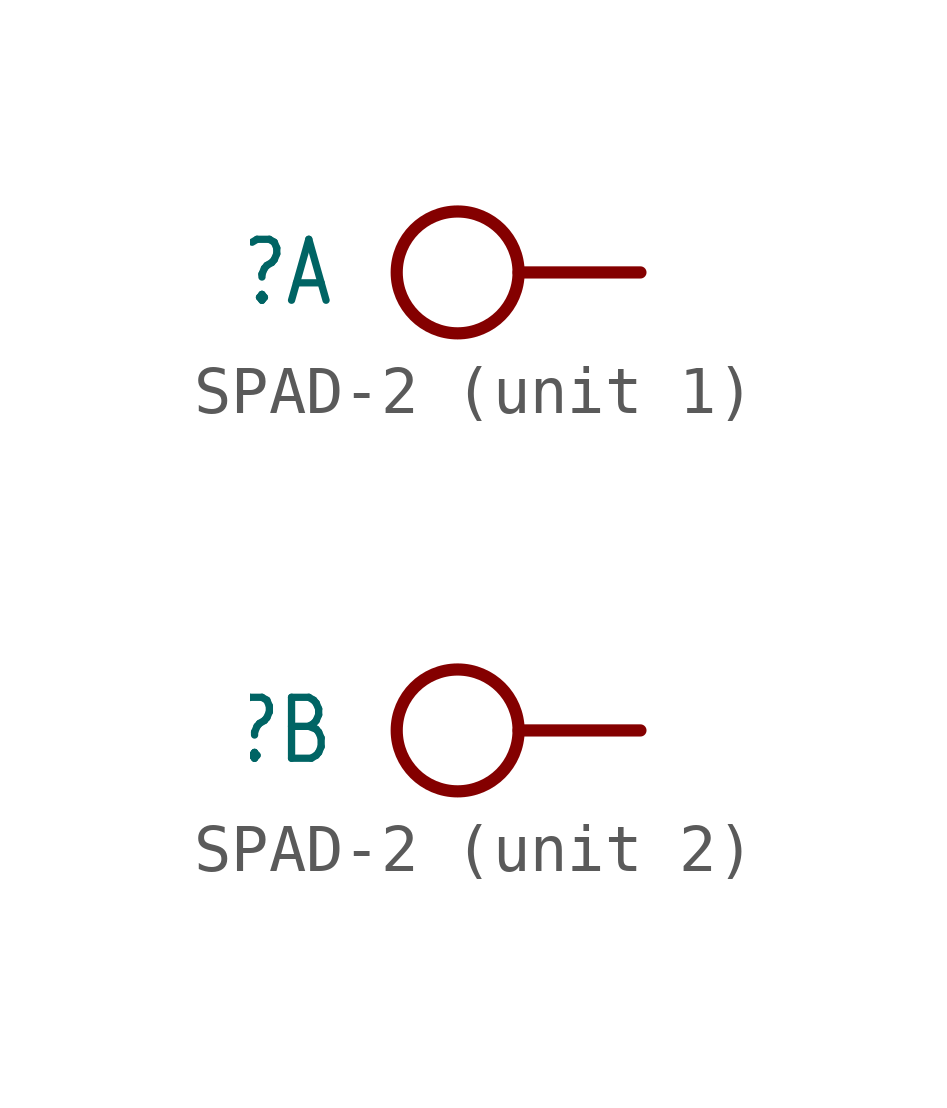
<source format=kicad_sym>
(kicad_symbol_lib
  (version 20201005)
  (generator kicad_symbol_editor)
  (symbol "SPAD-2"
    (property "Reference" "J"
      (at -6.35 0 0)
      (effects (font (size 1.27 1.079)) (justify right)))
    (property "ki_locked" ""
      (at 0 0 0)
      (effects (font (size 1.27 1.27))))
    (symbol "SPAD-2_1_0"
      (circle (center -3.81 0) (radius 1.27) (stroke (width 0.254)) (fill (type none)))
      (polyline (pts (xy 0 0) (xy -2.54 0)) (stroke (width 0.254)) (fill (type none)))
      (pin passive line (at 0 0 180) (length 0) (name "P$1" (effects (font (size 0 0)))) (number "1" (effects (font (size 0 0))))))
    (symbol "SPAD-2_2_0"
      (circle (center -3.81 0) (radius 1.27) (stroke (width 0.254)) (fill (type none)))
      (polyline (pts (xy 0 0) (xy -2.54 0)) (stroke (width 0.254)) (fill (type none)))
      (pin passive line (at 0 0 180) (length 0) (name "P$1" (effects (font (size 0 0)))) (number "2" (effects (font (size 0 0))))))))
</source>
